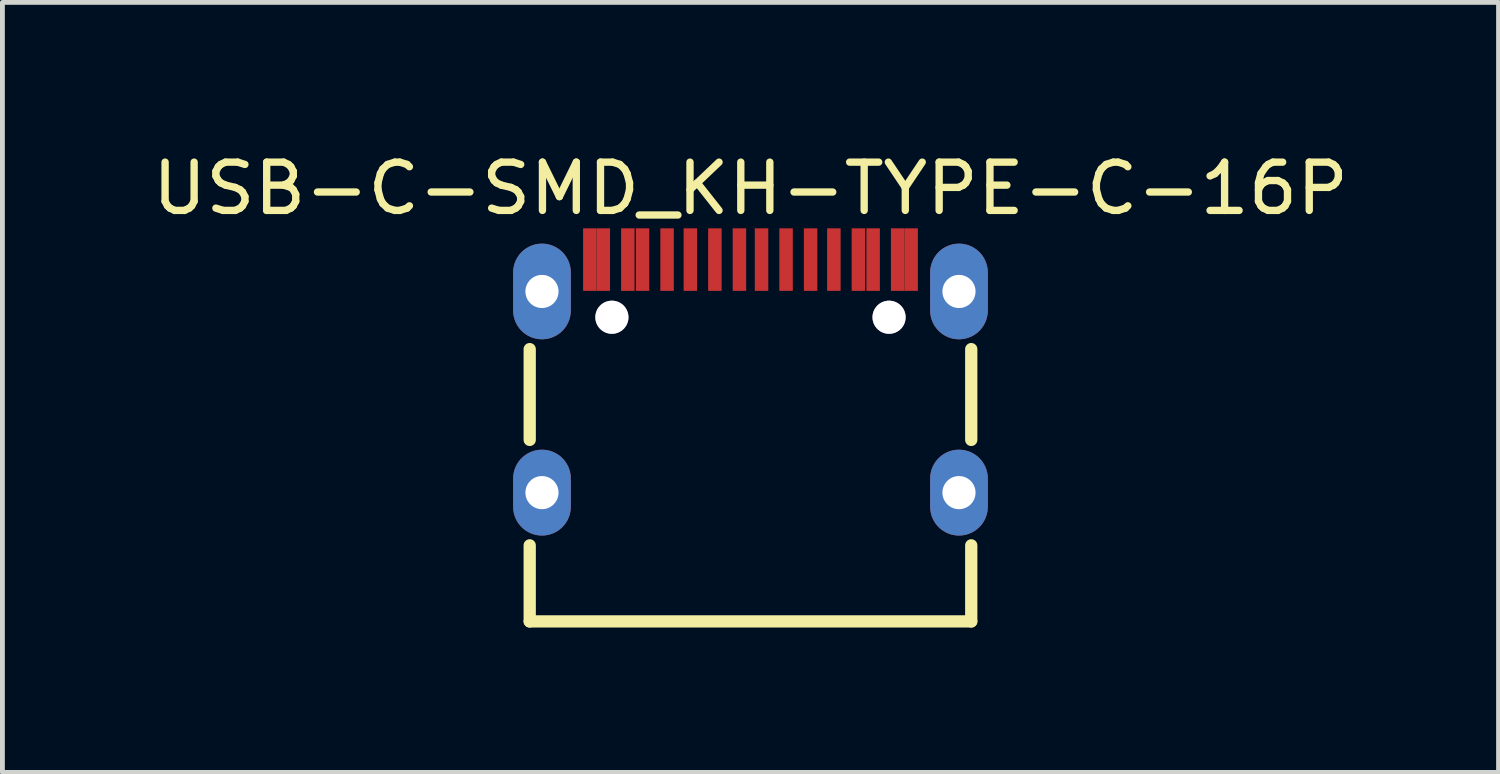
<source format=kicad_pcb>
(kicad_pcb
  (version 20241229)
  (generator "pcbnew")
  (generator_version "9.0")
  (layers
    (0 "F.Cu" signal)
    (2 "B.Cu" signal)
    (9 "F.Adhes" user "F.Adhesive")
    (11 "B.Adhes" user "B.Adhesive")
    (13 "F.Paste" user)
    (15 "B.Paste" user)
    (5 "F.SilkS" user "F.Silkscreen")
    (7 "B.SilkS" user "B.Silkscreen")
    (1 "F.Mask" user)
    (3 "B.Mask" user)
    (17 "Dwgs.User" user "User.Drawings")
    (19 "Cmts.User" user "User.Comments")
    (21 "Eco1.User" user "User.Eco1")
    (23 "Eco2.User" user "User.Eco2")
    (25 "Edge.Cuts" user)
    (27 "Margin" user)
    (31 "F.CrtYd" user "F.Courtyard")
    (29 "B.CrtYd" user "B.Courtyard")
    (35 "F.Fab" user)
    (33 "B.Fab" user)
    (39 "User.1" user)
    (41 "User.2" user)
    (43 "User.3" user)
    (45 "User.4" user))
  (footprint "USB-C-SMD_KH-TYPE-C-16P"
    (layer "F.Cu")
    (at 12.492 4.739)
    (property "Reference" "USB-C-SMD_KH-TYPE-C-16P" (at 0 -3.886 0) (unlocked yes) (layer "F.SilkS") (effects (font (size 1 1.052) (thickness 0.152))))
    (attr smd)
    (fp_line (start -4.572 1.321) (end -4.572 -0.559) (stroke (width 0.254) (type solid)) (layer "F.SilkS"))
    (fp_line (start -4.572 5.08) (end -4.572 3.505) (stroke (width 0.254) (type solid)) (layer "F.SilkS"))
    (fp_line (start -4.572 5.08) (end 4.572 5.08) (stroke (width 0.254) (type solid)) (layer "F.SilkS"))
    (fp_line (start 4.572 1.321) (end 4.572 -0.559) (stroke (width 0.254) (type solid)) (layer "F.SilkS"))
    (fp_line (start 4.572 5.08) (end 4.572 3.505) (stroke (width 0.254) (type solid)) (layer "F.SilkS"))
    (pad "1" thru_hole oval (at -4.318 -1.753) (size 1.194 1.981) (drill 0.686) (layers "*.Cu" "*.Mask"))
    (pad "2" thru_hole oval (at 4.318 -1.753) (size 1.194 1.981) (drill 0.686) (layers "*.Cu" "*.Mask"))
    (pad "3" thru_hole oval (at -4.318 2.413) (size 1.194 1.778) (drill 0.686) (layers "*.Cu" "*.Mask"))
    (pad "4" thru_hole oval (at 4.318 2.413) (size 1.194 1.778) (drill 0.686) (layers "*.Cu" "*.Mask"))
    (pad "A1" smd rect (at -3.327 -2.413) (size 0.279 1.295) (layers "F.Cu" "F.Mask" "F.Paste"))
    (pad "A4" smd rect (at -2.54 -2.413) (size 0.279 1.295) (layers "F.Cu" "F.Mask" "F.Paste"))
    (pad "A5" smd rect (at -1.245 -2.413) (size 0.279 1.295) (layers "F.Cu" "F.Mask" "F.Paste"))
    (pad "A6" smd rect (at -0.229 -2.413) (size 0.279 1.295) (layers "F.Cu" "F.Mask" "F.Paste"))
    (pad "A7" smd rect (at 0.229 -2.413) (size 0.279 1.295) (layers "F.Cu" "F.Mask" "F.Paste"))
    (pad "A8" smd rect (at 1.245 -2.413) (size 0.279 1.295) (layers "F.Cu" "F.Mask" "F.Paste"))
    (pad "A9" smd rect (at 2.54 -2.413) (size 0.279 1.295) (layers "F.Cu" "F.Mask" "F.Paste"))
    (pad "A12" smd rect (at 3.327 -2.413) (size 0.279 1.295) (layers "F.Cu" "F.Mask" "F.Paste"))
    (pad "A22" thru_hole circle (at -2.87 -1.219) (size 0.686 0.686) (drill 0.686) (layers "*.Cu" "*.Mask"))
    (pad "B1" smd rect (at 3.048 -2.413) (size 0.279 1.295) (layers "F.Cu" "F.Mask" "F.Paste"))
    (pad "B4" smd rect (at 2.235 -2.413) (size 0.279 1.295) (layers "F.Cu" "F.Mask" "F.Paste"))
    (pad "B5" smd rect (at 1.727 -2.413) (size 0.279 1.295) (layers "F.Cu" "F.Mask" "F.Paste"))
    (pad "B6" smd rect (at 0.737 -2.413) (size 0.279 1.295) (layers "F.Cu" "F.Mask" "F.Paste"))
    (pad "B7" smd rect (at -0.737 -2.413) (size 0.279 1.295) (layers "F.Cu" "F.Mask" "F.Paste"))
    (pad "B8" smd rect (at -1.727 -2.413) (size 0.279 1.295) (layers "F.Cu" "F.Mask" "F.Paste"))
    (pad "B9" smd rect (at -2.235 -2.413) (size 0.279 1.295) (layers "F.Cu" "F.Mask" "F.Paste"))
    (pad "B12" smd rect (at -3.048 -2.413) (size 0.279 1.295) (layers "F.Cu" "F.Mask" "F.Paste"))
    (pad "_1" thru_hole circle (at 2.87 -1.219) (size 0.686 0.686) (drill 0.686) (layers "*.Cu" "*.Mask")))
  (gr_rect
    (start -3 -3)
    (end 27.984 12.946)
    (stroke (width 0.1) (type default))
    (fill no)
    (layer "Edge.Cuts")))
</source>
